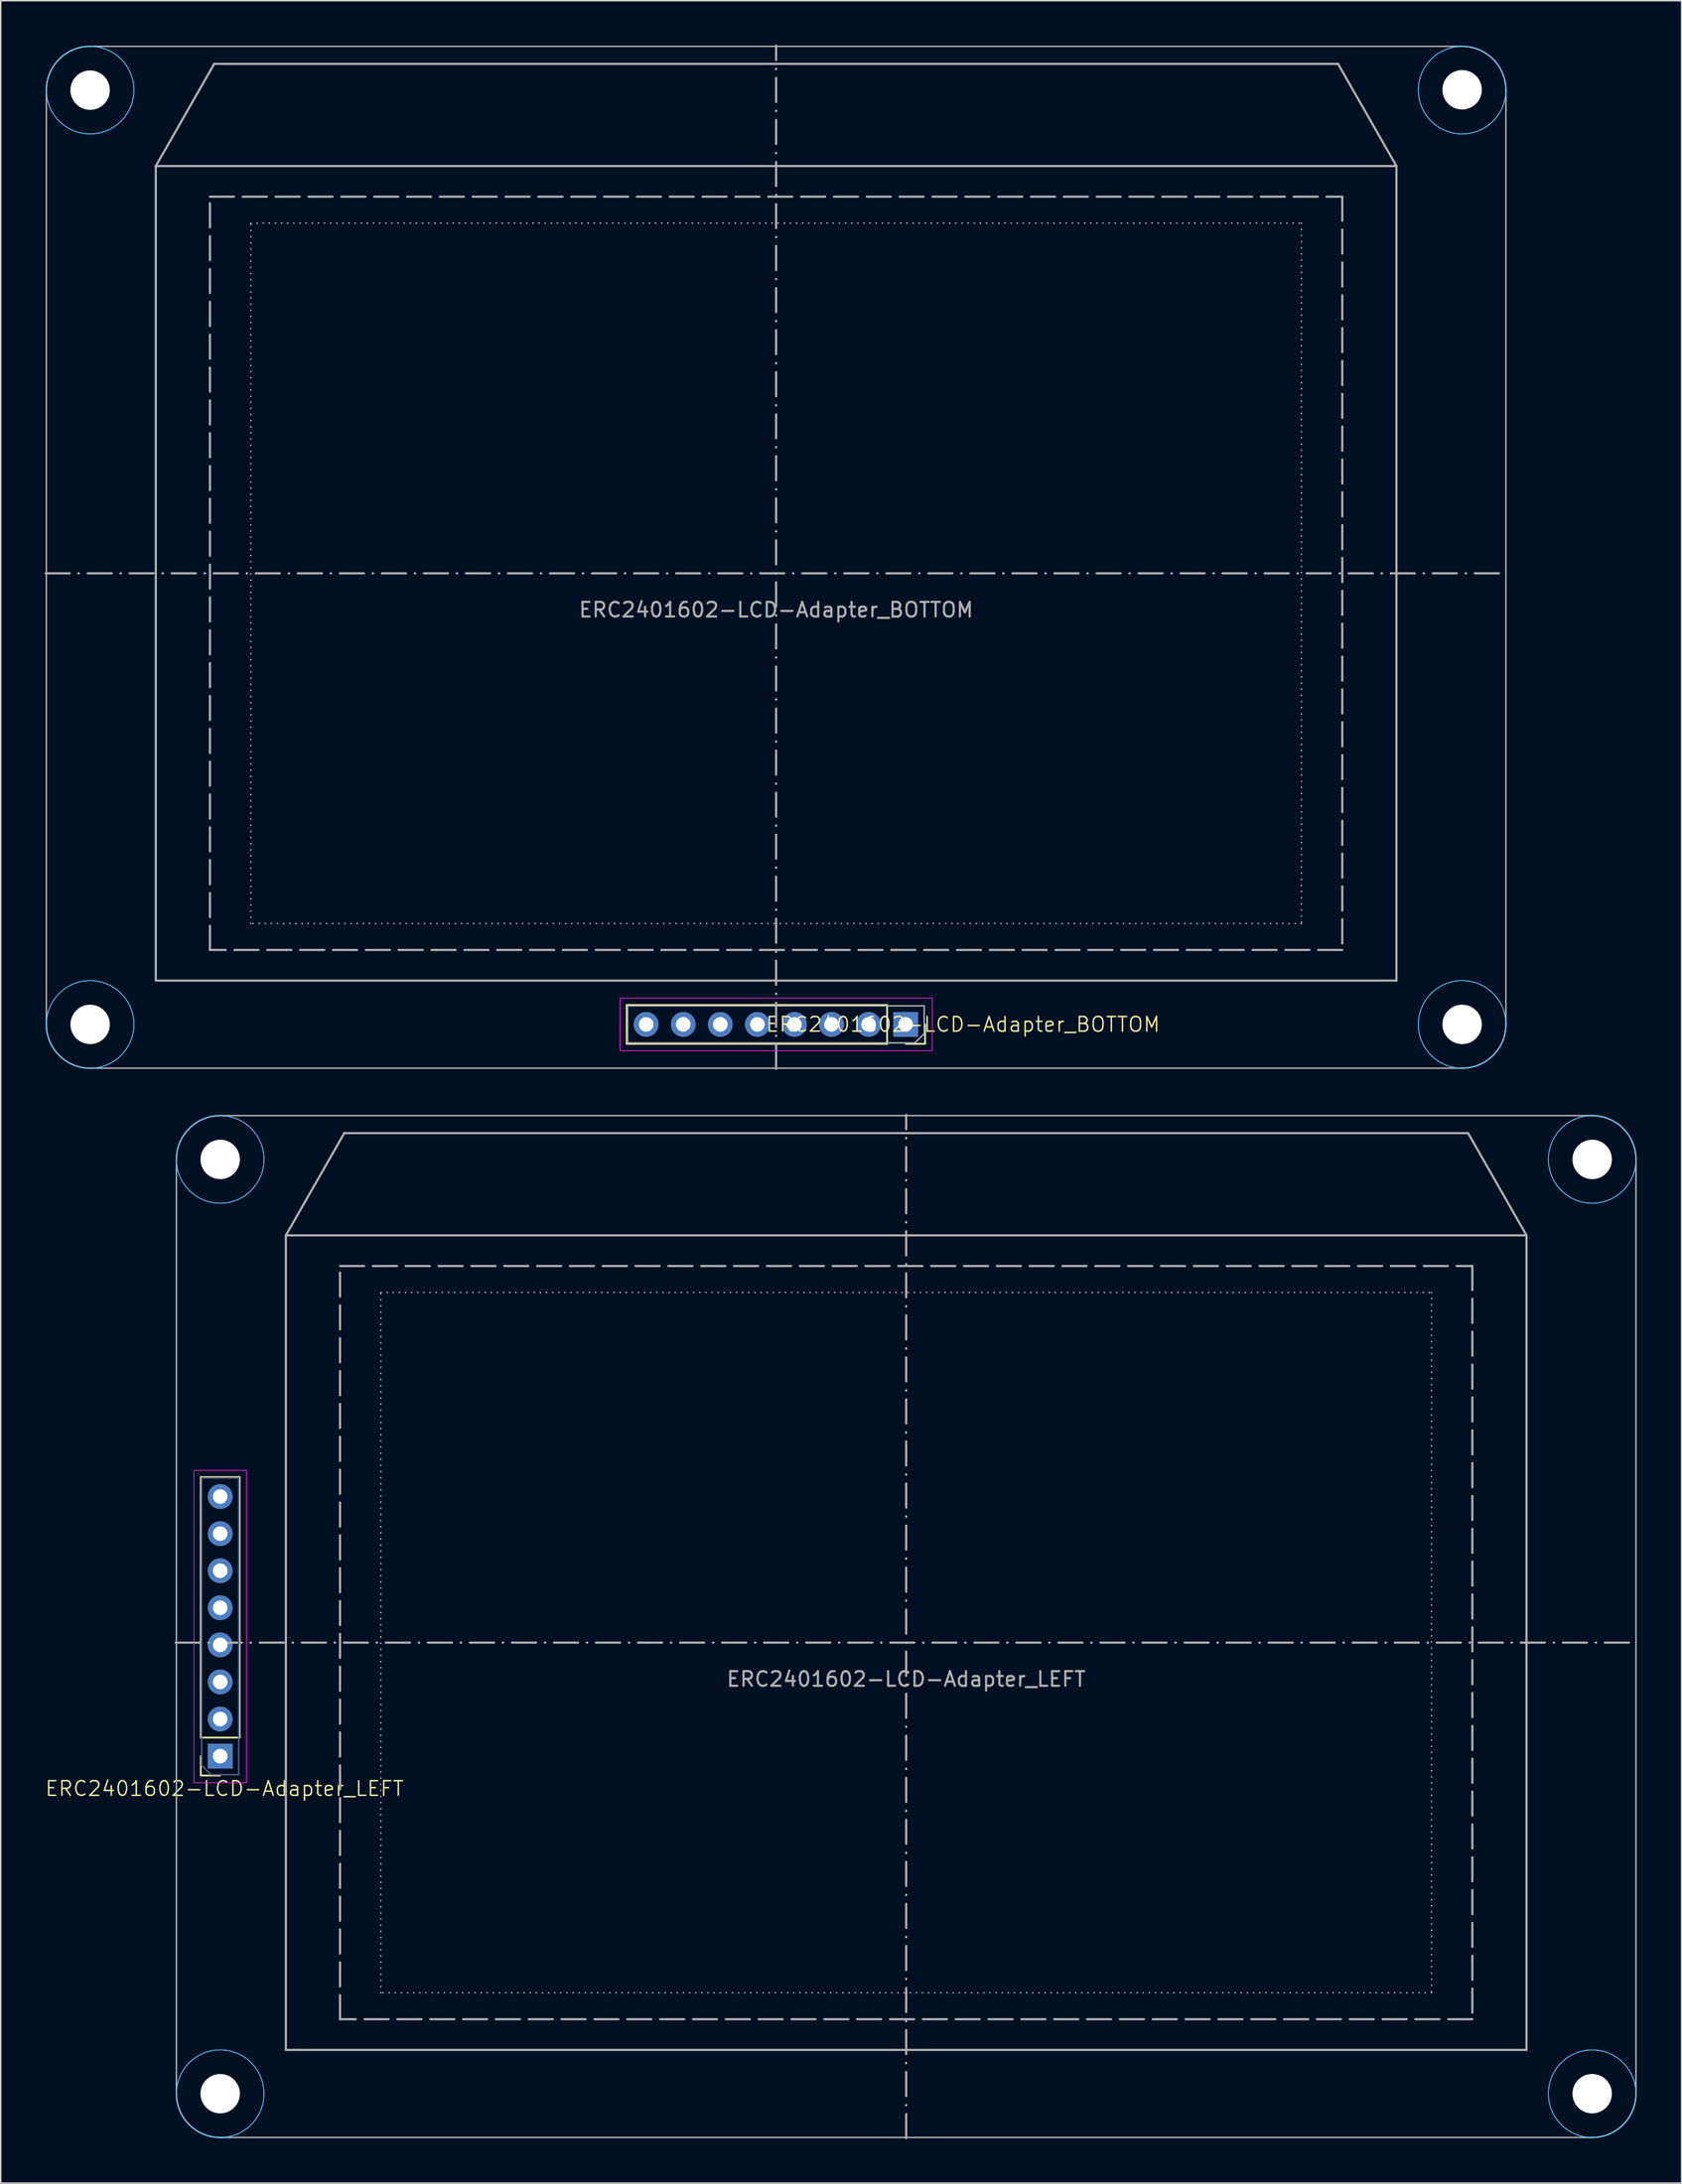
<source format=kicad_pcb>
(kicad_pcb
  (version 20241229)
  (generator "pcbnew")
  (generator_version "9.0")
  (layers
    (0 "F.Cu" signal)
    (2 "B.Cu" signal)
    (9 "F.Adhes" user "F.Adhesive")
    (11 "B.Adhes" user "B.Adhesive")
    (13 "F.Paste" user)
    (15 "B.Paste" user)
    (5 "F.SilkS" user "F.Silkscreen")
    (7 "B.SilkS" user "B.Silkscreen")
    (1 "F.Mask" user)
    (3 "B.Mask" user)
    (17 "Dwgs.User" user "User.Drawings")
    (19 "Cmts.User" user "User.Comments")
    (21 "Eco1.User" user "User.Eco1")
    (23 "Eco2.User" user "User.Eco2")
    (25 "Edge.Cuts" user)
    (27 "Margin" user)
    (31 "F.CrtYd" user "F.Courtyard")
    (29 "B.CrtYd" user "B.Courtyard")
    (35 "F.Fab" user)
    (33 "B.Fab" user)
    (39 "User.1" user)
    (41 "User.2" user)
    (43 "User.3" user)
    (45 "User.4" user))
  (footprint "ERC2401602-LCD-Adapter_LEFT"
    (layer "F.Cu")
    (at 59.036 109.475)
    (property "Reference" "ERC2401602-LCD-Adapter_LEFT" (at -46.7 10 0) (unlocked yes) (layer "F.SilkS") (effects (font (size 1 1) (thickness 0.1))))
    (attr through_hole)
    (fp_line (start -48.33 -11.335) (end -45.67 -11.335) (stroke (width 0.12) (type solid)) (layer "F.SilkS"))
    (fp_line (start -48.33 6.505) (end -48.33 -11.335) (stroke (width 0.12) (type solid)) (layer "F.SilkS"))
    (fp_line (start -48.33 6.505) (end -45.67 6.505) (stroke (width 0.12) (type solid)) (layer "F.SilkS"))
    (fp_line (start -48.33 7.775) (end -48.33 9.105) (stroke (width 0.12) (type solid)) (layer "F.SilkS"))
    (fp_line (start -48.33 9.105) (end -47 9.105) (stroke (width 0.12) (type solid)) (layer "F.SilkS"))
    (fp_line (start -45.67 6.505) (end -45.67 -11.335) (stroke (width 0.12) (type solid)) (layer "F.SilkS"))
    (fp_circle (center -47 -33.1) (end -44 -33.1) (stroke (width 0.05) (type default)) (fill no) (layer "B.CrtYd"))
    (fp_circle (center -47 30.9) (end -44 30.9) (stroke (width 0.05) (type default)) (fill no) (layer "B.CrtYd"))
    (fp_circle (center 47 -33.1) (end 50 -33.1) (stroke (width 0.05) (type default)) (fill no) (layer "B.CrtYd"))
    (fp_circle (center 47 30.9) (end 50 30.9) (stroke (width 0.05) (type default)) (fill no) (layer "B.CrtYd"))
    (fp_rect (start -48.8 -11.8) (end -45.2 9.6) (stroke (width 0.05) (type default)) (fill no) (layer "F.CrtYd"))
    (fp_circle (center -47 -33.1) (end -44 -33.1) (stroke (width 0.05) (type default)) (fill no) (layer "F.CrtYd"))
    (fp_circle (center -47 30.9) (end -44 30.9) (stroke (width 0.05) (type default)) (fill no) (layer "F.CrtYd"))
    (fp_circle (center 47 -33.1) (end 50 -33.1) (stroke (width 0.05) (type default)) (fill no) (layer "F.CrtYd"))
    (fp_circle (center 47 30.9) (end 50 30.9) (stroke (width 0.05) (type default)) (fill no) (layer "F.CrtYd"))
    (fp_line (start -48.27 -11.275) (end -48.27 8.41) (stroke (width 0.1) (type solid)) (layer "B.Fab"))
    (fp_line (start -48.27 8.41) (end -47.635 9.045) (stroke (width 0.1) (type solid)) (layer "B.Fab"))
    (fp_line (start -47.635 9.045) (end -45.73 9.045) (stroke (width 0.1) (type solid)) (layer "B.Fab"))
    (fp_line (start -45.73 -11.275) (end -48.27 -11.275) (stroke (width 0.1) (type solid)) (layer "B.Fab"))
    (fp_line (start -45.73 9.045) (end -45.73 -11.275) (stroke (width 0.1) (type solid)) (layer "B.Fab"))
    (fp_line (start -50.05 0) (end 50.05 0) (stroke (width 0.15) (type dash_dot)) (layer "F.Fab"))
    (fp_line (start -50 -33.1) (end -50 30.9) (stroke (width 0.1) (type default)) (layer "F.Fab"))
    (fp_line (start -42.5 -27.9) (end -42.5 27.9) (stroke (width 0.15) (type default)) (layer "F.Fab"))
    (fp_line (start -42.5 -27.9) (end 42.5 -27.9) (stroke (width 0.15) (type default)) (layer "F.Fab"))
    (fp_line (start -42.5 27.9) (end 42.5 27.9) (stroke (width 0.15) (type default)) (layer "F.Fab"))
    (fp_line (start -38.5 -34.9) (end -42.5 -27.9) (stroke (width 0.15) (type default)) (layer "F.Fab"))
    (fp_line (start -38.5 -34.9) (end 38.5 -34.9) (stroke (width 0.15) (type default)) (layer "F.Fab"))
    (fp_line (start 0 33.95) (end 0 -36.15) (stroke (width 0.15) (type dash_dot)) (layer "F.Fab"))
    (fp_line (start 42.5 -27.9) (end 38.5 -34.9) (stroke (width 0.15) (type default)) (layer "F.Fab"))
    (fp_line (start 42.5 27.9) (end 42.5 -27.9) (stroke (width 0.15) (type default)) (layer "F.Fab"))
    (fp_line (start 47 -36.1) (end -47 -36.1) (stroke (width 0.1) (type default)) (layer "F.Fab"))
    (fp_line (start 47 33.9) (end -47 33.9) (stroke (width 0.1) (type default)) (layer "F.Fab"))
    (fp_line (start 50 -33.1) (end 50 30.9) (stroke (width 0.1) (type default)) (layer "F.Fab"))
    (fp_rect (start -38.79 -25.8) (end 38.79 25.8) (stroke (width 0.15) (type dash)) (fill no) (layer "F.Fab"))
    (fp_rect (start -35.99 -23.99) (end 35.99 23.99) (stroke (width 0.1) (type dot)) (fill no) (layer "F.Fab"))
    (fp_arc (start -50 -33.1) (mid -49.12132 -35.22132) (end -47 -36.1) (stroke (width 0.1) (type default)) (layer "F.Fab"))
    (fp_arc (start -47 33.9) (mid -49.12132 33.02132) (end -50 30.9) (stroke (width 0.1) (type default)) (layer "F.Fab"))
    (fp_arc (start 47 -36.1) (mid 49.12132 -35.22132) (end 50 -33.1) (stroke (width 0.1) (type default)) (layer "F.Fab"))
    (fp_arc (start 50 30.9) (mid 49.12132 33.02132) (end 47 33.9) (stroke (width 0.1) (type default)) (layer "F.Fab"))
    (fp_text user "${REFERENCE}" (at 0 2.5 0) (unlocked yes) (layer "F.Fab") (effects (font (size 1 1) (thickness 0.15))))
    (pad "" np_thru_hole circle (at -47 -33.1) (size 2.7 2.7) (drill 2.7) (layers "*.Cu" "*.Mask"))
    (pad "" np_thru_hole circle (at -47 30.9) (size 2.7 2.7) (drill 2.7) (layers "*.Cu" "*.Mask"))
    (pad "" np_thru_hole circle (at 47 -33.1) (size 2.7 2.7) (drill 2.7) (layers "*.Cu" "*.Mask"))
    (pad "" np_thru_hole circle (at 47 30.9) (size 2.7 2.7) (drill 2.7) (layers "*.Cu" "*.Mask"))
    (pad "1" thru_hole rect (at -47 7.775) (size 1.7 1.7) (drill 1) (layers "*.Cu" "*.Mask"))
    (pad "2" thru_hole oval (at -47 5.235) (size 1.7 1.7) (drill 1) (layers "*.Cu" "*.Mask"))
    (pad "3" thru_hole oval (at -47 2.695) (size 1.7 1.7) (drill 1) (layers "*.Cu" "*.Mask"))
    (pad "4" thru_hole oval (at -47 0.155) (size 1.7 1.7) (drill 1) (layers "*.Cu" "*.Mask"))
    (pad "5" thru_hole oval (at -47 -2.385) (size 1.7 1.7) (drill 1) (layers "*.Cu" "*.Mask"))
    (pad "6" thru_hole oval (at -47 -4.925) (size 1.7 1.7) (drill 1) (layers "*.Cu" "*.Mask"))
    (pad "7" thru_hole oval (at -47 -7.465) (size 1.7 1.7) (drill 1) (layers "*.Cu" "*.Mask"))
    (pad "8" thru_hole oval (at -47 -10.005) (size 1.7 1.7) (drill 1) (layers "*.Cu" "*.Mask")))
  (footprint "ERC2401602-LCD-Adapter_BOTTOM"
    (layer "F.Cu")
    (at 50.125 36.225)
    (property "Reference" "ERC2401602-LCD-Adapter_BOTTOM" (at 12.8 30.9 0) (unlocked yes) (layer "F.SilkS") (effects (font (size 1 1) (thickness 0.1))))
    (attr through_hole)
    (fp_line (start -10.235 32.23) (end -10.235 29.57) (stroke (width 0.12) (type solid)) (layer "F.SilkS"))
    (fp_line (start 7.605 29.57) (end -10.235 29.57) (stroke (width 0.12) (type solid)) (layer "F.SilkS"))
    (fp_line (start 7.605 32.23) (end -10.235 32.23) (stroke (width 0.12) (type solid)) (layer "F.SilkS"))
    (fp_line (start 7.605 32.23) (end 7.605 29.57) (stroke (width 0.12) (type solid)) (layer "F.SilkS"))
    (fp_line (start 8.875 32.23) (end 10.205 32.23) (stroke (width 0.12) (type solid)) (layer "F.SilkS"))
    (fp_line (start 10.205 32.23) (end 10.205 30.9) (stroke (width 0.12) (type solid)) (layer "F.SilkS"))
    (fp_circle (center -47 -33.1) (end -44 -33.1) (stroke (width 0.05) (type default)) (fill no) (layer "B.CrtYd"))
    (fp_circle (center -47 30.9) (end -44 30.9) (stroke (width 0.05) (type default)) (fill no) (layer "B.CrtYd"))
    (fp_circle (center 47 -33.1) (end 50 -33.1) (stroke (width 0.05) (type default)) (fill no) (layer "B.CrtYd"))
    (fp_circle (center 47 30.9) (end 50 30.9) (stroke (width 0.05) (type default)) (fill no) (layer "B.CrtYd"))
    (fp_rect (start -10.7 32.7) (end 10.7 29.1) (stroke (width 0.05) (type default)) (fill no) (layer "F.CrtYd"))
    (fp_circle (center -47 -33.1) (end -44 -33.1) (stroke (width 0.05) (type default)) (fill no) (layer "F.CrtYd"))
    (fp_circle (center -47 30.9) (end -44 30.9) (stroke (width 0.05) (type default)) (fill no) (layer "F.CrtYd"))
    (fp_circle (center 47 -33.1) (end 50 -33.1) (stroke (width 0.05) (type default)) (fill no) (layer "F.CrtYd"))
    (fp_circle (center 47 30.9) (end 50 30.9) (stroke (width 0.05) (type default)) (fill no) (layer "F.CrtYd"))
    (fp_line (start -50.05 0) (end 50.05 0) (stroke (width 0.15) (type dash_dot)) (layer "F.Fab"))
    (fp_line (start -50 -33.1) (end -50 30.9) (stroke (width 0.1) (type default)) (layer "F.Fab"))
    (fp_line (start -42.5 -27.9) (end -42.5 27.9) (stroke (width 0.15) (type default)) (layer "F.Fab"))
    (fp_line (start -42.5 -27.9) (end 42.5 -27.9) (stroke (width 0.15) (type default)) (layer "F.Fab"))
    (fp_line (start -42.5 27.9) (end 42.5 27.9) (stroke (width 0.15) (type default)) (layer "F.Fab"))
    (fp_line (start -38.5 -34.9) (end -42.5 -27.9) (stroke (width 0.15) (type default)) (layer "F.Fab"))
    (fp_line (start -38.5 -34.9) (end 38.5 -34.9) (stroke (width 0.15) (type default)) (layer "F.Fab"))
    (fp_line (start -10.175 29.63) (end -10.175 32.17) (stroke (width 0.1) (type solid)) (layer "F.Fab"))
    (fp_line (start -10.175 32.17) (end 9.51 32.17) (stroke (width 0.1) (type solid)) (layer "F.Fab"))
    (fp_line (start 0 33.95) (end 0 -36.15) (stroke (width 0.15) (type dash_dot)) (layer "F.Fab"))
    (fp_line (start 9.51 32.17) (end 10.145 31.535) (stroke (width 0.1) (type solid)) (layer "F.Fab"))
    (fp_line (start 10.145 29.63) (end -10.175 29.63) (stroke (width 0.1) (type solid)) (layer "F.Fab"))
    (fp_line (start 10.145 31.535) (end 10.145 29.63) (stroke (width 0.1) (type solid)) (layer "F.Fab"))
    (fp_line (start 42.5 -27.9) (end 38.5 -34.9) (stroke (width 0.15) (type default)) (layer "F.Fab"))
    (fp_line (start 42.5 27.9) (end 42.5 -27.9) (stroke (width 0.15) (type default)) (layer "F.Fab"))
    (fp_line (start 47 -36.1) (end -47 -36.1) (stroke (width 0.1) (type default)) (layer "F.Fab"))
    (fp_line (start 47 33.9) (end -47 33.9) (stroke (width 0.1) (type default)) (layer "F.Fab"))
    (fp_line (start 50 -33.1) (end 50 30.9) (stroke (width 0.1) (type default)) (layer "F.Fab"))
    (fp_rect (start -38.79 -25.8) (end 38.79 25.8) (stroke (width 0.15) (type dash)) (fill no) (layer "F.Fab"))
    (fp_rect (start -35.99 -23.99) (end 35.99 23.99) (stroke (width 0.1) (type dot)) (fill no) (layer "F.Fab"))
    (fp_arc (start -50 -33.1) (mid -49.12132 -35.22132) (end -47 -36.1) (stroke (width 0.1) (type default)) (layer "F.Fab"))
    (fp_arc (start -47 33.9) (mid -49.12132 33.02132) (end -50 30.9) (stroke (width 0.1) (type default)) (layer "F.Fab"))
    (fp_arc (start 47 -36.1) (mid 49.12132 -35.22132) (end 50 -33.1) (stroke (width 0.1) (type default)) (layer "F.Fab"))
    (fp_arc (start 50 30.9) (mid 49.12132 33.02132) (end 47 33.9) (stroke (width 0.1) (type default)) (layer "F.Fab"))
    (fp_text user "${REFERENCE}" (at 0 2.5 0) (unlocked yes) (layer "F.Fab") (effects (font (size 1 1) (thickness 0.15))))
    (pad "" np_thru_hole circle (at -47 -33.1) (size 2.7 2.7) (drill 2.7) (layers "*.Cu" "*.Mask"))
    (pad "" np_thru_hole circle (at -47 30.9) (size 2.7 2.7) (drill 2.7) (layers "*.Cu" "*.Mask"))
    (pad "" np_thru_hole circle (at 47 -33.125) (size 2.7 2.7) (drill 2.7) (layers "*.Cu" "*.Mask"))
    (pad "" np_thru_hole circle (at 47 30.9) (size 2.7 2.7) (drill 2.7) (layers "*.Cu" "*.Mask"))
    (pad "1" thru_hole rect (at 8.875 30.9 90) (size 1.7 1.7) (drill 1) (layers "*.Cu" "*.Mask"))
    (pad "2" thru_hole oval (at 6.335 30.9 90) (size 1.7 1.7) (drill 1) (layers "*.Cu" "*.Mask"))
    (pad "3" thru_hole oval (at 3.795 30.9 90) (size 1.7 1.7) (drill 1) (layers "*.Cu" "*.Mask"))
    (pad "4" thru_hole oval (at 1.255 30.9 90) (size 1.7 1.7) (drill 1) (layers "*.Cu" "*.Mask"))
    (pad "5" thru_hole oval (at -1.285 30.9 90) (size 1.7 1.7) (drill 1) (layers "*.Cu" "*.Mask"))
    (pad "6" thru_hole oval (at -3.825 30.9 90) (size 1.7 1.7) (drill 1) (layers "*.Cu" "*.Mask"))
    (pad "7" thru_hole oval (at -6.365 30.9 90) (size 1.7 1.7) (drill 1) (layers "*.Cu" "*.Mask"))
    (pad "8" thru_hole oval (at -8.905 30.9 90) (size 1.7 1.7) (drill 1) (layers "*.Cu" "*.Mask")))
  (gr_rect
    (start -3 -3)
    (end 112.161 146.5)
    (stroke (width 0.1) (type default))
    (fill no)
    (layer "Edge.Cuts")))
</source>
